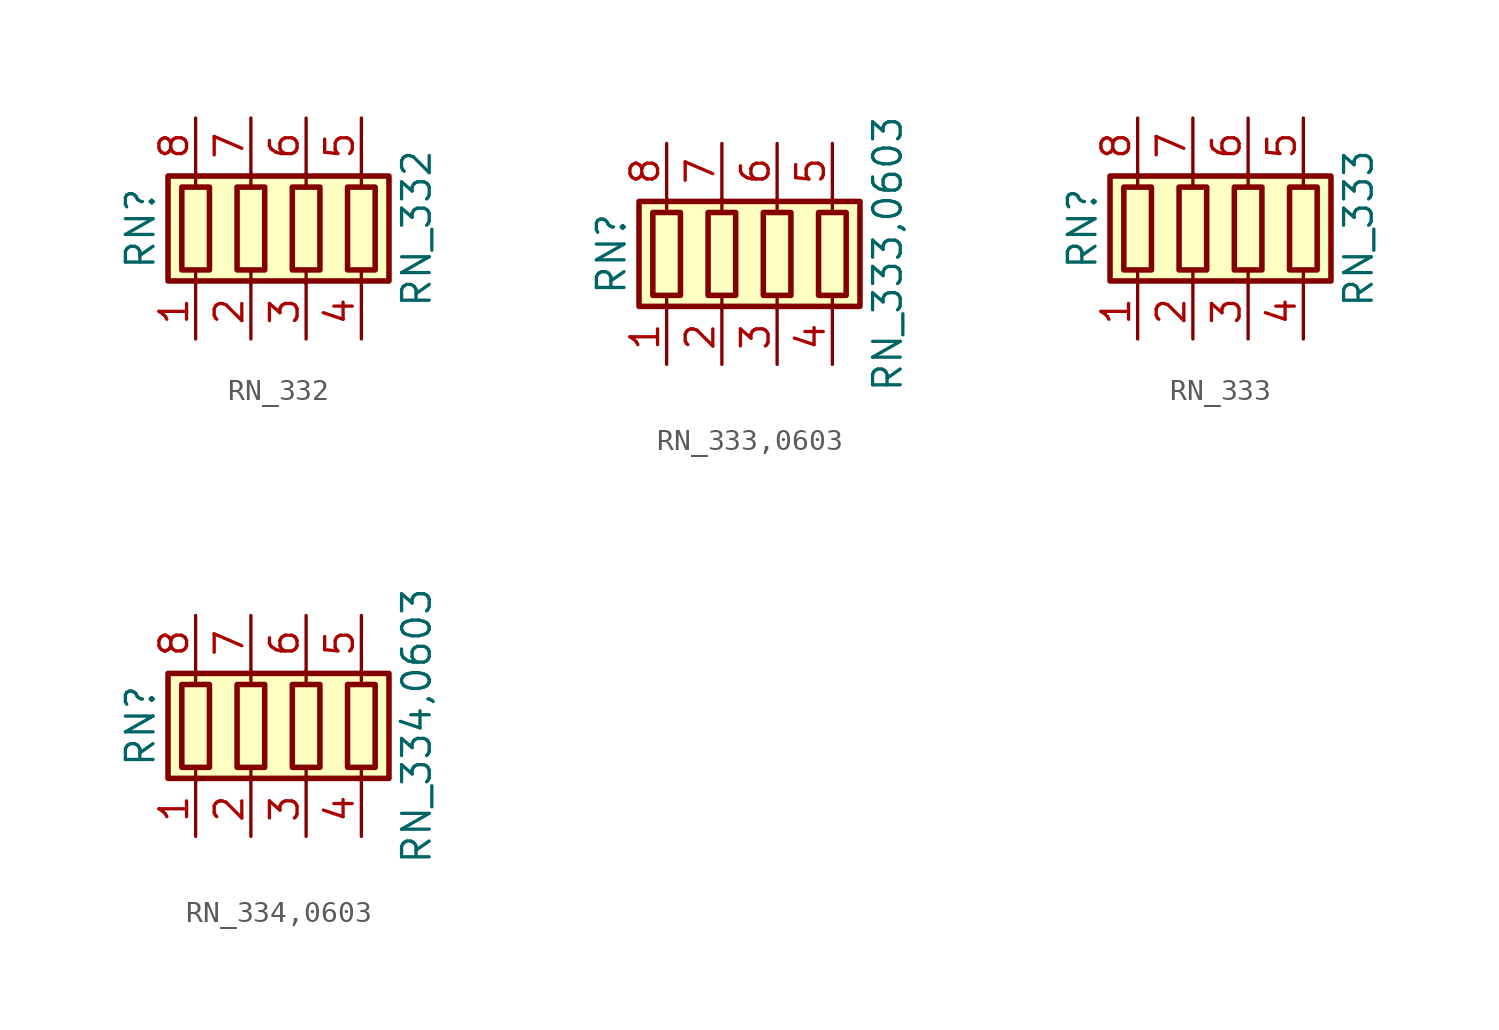
<source format=kicad_sym>
(kicad_symbol_lib
  (version 20211014)
  (generator kicad_symbol_editor)
  (symbol "RN_332"
    (pin_names
      (offset 0) hide)
    (property "Reference" "RN"
      (at -7.62 0 90)
      (effects (font (size 1.27 1.27))))
    (property "Value" "RN_332"
      (at 5.08 0 90)
      (effects (font (size 1.27 1.27))))
    (symbol "RN_332_0_1"
      (rectangle (start -6.35 -2.413) (end 3.81 2.413) (stroke (width 0.254) (type default) (color 0 0 0 0)) (fill (type background)))
      (rectangle (start -5.715 1.905) (end -4.445 -1.905) (stroke (width 0.254) (type default) (color 0 0 0 0)) (fill (type none)))
      (rectangle (start -3.175 1.905) (end -1.905 -1.905) (stroke (width 0.254) (type default) (color 0 0 0 0)) (fill (type none)))
      (rectangle (start -0.635 1.905) (end 0.635 -1.905) (stroke (width 0.254) (type default) (color 0 0 0 0)) (fill (type none)))
      (polyline (pts (xy -5.08 -2.54) (xy -5.08 -1.905)) (stroke (width 0) (type default) (color 0 0 0 0)) (fill (type none)))
      (polyline (pts (xy -5.08 1.905) (xy -5.08 2.54)) (stroke (width 0) (type default) (color 0 0 0 0)) (fill (type none)))
      (polyline (pts (xy -2.54 -2.54) (xy -2.54 -1.905)) (stroke (width 0) (type default) (color 0 0 0 0)) (fill (type none)))
      (polyline (pts (xy -2.54 1.905) (xy -2.54 2.54)) (stroke (width 0) (type default) (color 0 0 0 0)) (fill (type none)))
      (polyline (pts (xy 0 -2.54) (xy 0 -1.905)) (stroke (width 0) (type default) (color 0 0 0 0)) (fill (type none)))
      (polyline (pts (xy 0 1.905) (xy 0 2.54)) (stroke (width 0) (type default) (color 0 0 0 0)) (fill (type none)))
      (polyline (pts (xy 2.54 -2.54) (xy 2.54 -1.905)) (stroke (width 0) (type default) (color 0 0 0 0)) (fill (type none)))
      (polyline (pts (xy 2.54 1.905) (xy 2.54 2.54)) (stroke (width 0) (type default) (color 0 0 0 0)) (fill (type none)))
      (rectangle (start 1.905 1.905) (end 3.175 -1.905) (stroke (width 0.254) (type default) (color 0 0 0 0)) (fill (type none))))
    (symbol "RN_332_1_1"
      (pin passive line (at -5.08 -5.08 90) (length 2.54) (name "R1.1" (effects (font (size 1.27 1.27)))) (number "1" (effects (font (size 1.27 1.27)))))
      (pin passive line (at -2.54 -5.08 90) (length 2.54) (name "R2.1" (effects (font (size 1.27 1.27)))) (number "2" (effects (font (size 1.27 1.27)))))
      (pin passive line (at 0 -5.08 90) (length 2.54) (name "R3.1" (effects (font (size 1.27 1.27)))) (number "3" (effects (font (size 1.27 1.27)))))
      (pin passive line (at 2.54 -5.08 90) (length 2.54) (name "R4.1" (effects (font (size 1.27 1.27)))) (number "4" (effects (font (size 1.27 1.27)))))
      (pin passive line (at 2.54 5.08 270) (length 2.54) (name "R4.2" (effects (font (size 1.27 1.27)))) (number "5" (effects (font (size 1.27 1.27)))))
      (pin passive line (at 0 5.08 270) (length 2.54) (name "R3.2" (effects (font (size 1.27 1.27)))) (number "6" (effects (font (size 1.27 1.27)))))
      (pin passive line (at -2.54 5.08 270) (length 2.54) (name "R2.2" (effects (font (size 1.27 1.27)))) (number "7" (effects (font (size 1.27 1.27)))))
      (pin passive line (at -5.08 5.08 270) (length 2.54) (name "R1.2" (effects (font (size 1.27 1.27)))) (number "8" (effects (font (size 1.27 1.27)))))))
  (symbol "RN_333,0603"
    (pin_names
      (offset 0) hide)
    (property "Reference" "RN"
      (at -7.62 0 90)
      (effects (font (size 1.27 1.27))))
    (property "Value" "RN_333,0603"
      (at 5.08 0 90)
      (effects (font (size 1.27 1.27))))
    (symbol "RN_333,0603_0_1"
      (rectangle (start -6.35 -2.413) (end 3.81 2.413) (stroke (width 0.254) (type default) (color 0 0 0 0)) (fill (type background)))
      (rectangle (start -5.715 1.905) (end -4.445 -1.905) (stroke (width 0.254) (type default) (color 0 0 0 0)) (fill (type none)))
      (rectangle (start -3.175 1.905) (end -1.905 -1.905) (stroke (width 0.254) (type default) (color 0 0 0 0)) (fill (type none)))
      (rectangle (start -0.635 1.905) (end 0.635 -1.905) (stroke (width 0.254) (type default) (color 0 0 0 0)) (fill (type none)))
      (polyline (pts (xy -5.08 -2.54) (xy -5.08 -1.905)) (stroke (width 0) (type default) (color 0 0 0 0)) (fill (type none)))
      (polyline (pts (xy -5.08 1.905) (xy -5.08 2.54)) (stroke (width 0) (type default) (color 0 0 0 0)) (fill (type none)))
      (polyline (pts (xy -2.54 -2.54) (xy -2.54 -1.905)) (stroke (width 0) (type default) (color 0 0 0 0)) (fill (type none)))
      (polyline (pts (xy -2.54 1.905) (xy -2.54 2.54)) (stroke (width 0) (type default) (color 0 0 0 0)) (fill (type none)))
      (polyline (pts (xy 0 -2.54) (xy 0 -1.905)) (stroke (width 0) (type default) (color 0 0 0 0)) (fill (type none)))
      (polyline (pts (xy 0 1.905) (xy 0 2.54)) (stroke (width 0) (type default) (color 0 0 0 0)) (fill (type none)))
      (polyline (pts (xy 2.54 -2.54) (xy 2.54 -1.905)) (stroke (width 0) (type default) (color 0 0 0 0)) (fill (type none)))
      (polyline (pts (xy 2.54 1.905) (xy 2.54 2.54)) (stroke (width 0) (type default) (color 0 0 0 0)) (fill (type none)))
      (rectangle (start 1.905 1.905) (end 3.175 -1.905) (stroke (width 0.254) (type default) (color 0 0 0 0)) (fill (type none))))
    (symbol "RN_333,0603_1_1"
      (pin passive line (at -5.08 -5.08 90) (length 2.54) (name "R1.1" (effects (font (size 1.27 1.27)))) (number "1" (effects (font (size 1.27 1.27)))))
      (pin passive line (at -2.54 -5.08 90) (length 2.54) (name "R2.1" (effects (font (size 1.27 1.27)))) (number "2" (effects (font (size 1.27 1.27)))))
      (pin passive line (at 0 -5.08 90) (length 2.54) (name "R3.1" (effects (font (size 1.27 1.27)))) (number "3" (effects (font (size 1.27 1.27)))))
      (pin passive line (at 2.54 -5.08 90) (length 2.54) (name "R4.1" (effects (font (size 1.27 1.27)))) (number "4" (effects (font (size 1.27 1.27)))))
      (pin passive line (at 2.54 5.08 270) (length 2.54) (name "R4.2" (effects (font (size 1.27 1.27)))) (number "5" (effects (font (size 1.27 1.27)))))
      (pin passive line (at 0 5.08 270) (length 2.54) (name "R3.2" (effects (font (size 1.27 1.27)))) (number "6" (effects (font (size 1.27 1.27)))))
      (pin passive line (at -2.54 5.08 270) (length 2.54) (name "R2.2" (effects (font (size 1.27 1.27)))) (number "7" (effects (font (size 1.27 1.27)))))
      (pin passive line (at -5.08 5.08 270) (length 2.54) (name "R1.2" (effects (font (size 1.27 1.27)))) (number "8" (effects (font (size 1.27 1.27)))))))
  (symbol "RN_333"
    (pin_names
      (offset 0) hide)
    (property "Reference" "RN"
      (at -7.62 0 90)
      (effects (font (size 1.27 1.27))))
    (property "Value" "RN_333"
      (at 5.08 0 90)
      (effects (font (size 1.27 1.27))))
    (symbol "RN_333_0_1"
      (rectangle (start -6.35 -2.413) (end 3.81 2.413) (stroke (width 0.254) (type default) (color 0 0 0 0)) (fill (type background)))
      (rectangle (start -5.715 1.905) (end -4.445 -1.905) (stroke (width 0.254) (type default) (color 0 0 0 0)) (fill (type none)))
      (rectangle (start -3.175 1.905) (end -1.905 -1.905) (stroke (width 0.254) (type default) (color 0 0 0 0)) (fill (type none)))
      (rectangle (start -0.635 1.905) (end 0.635 -1.905) (stroke (width 0.254) (type default) (color 0 0 0 0)) (fill (type none)))
      (polyline (pts (xy -5.08 -2.54) (xy -5.08 -1.905)) (stroke (width 0) (type default) (color 0 0 0 0)) (fill (type none)))
      (polyline (pts (xy -5.08 1.905) (xy -5.08 2.54)) (stroke (width 0) (type default) (color 0 0 0 0)) (fill (type none)))
      (polyline (pts (xy -2.54 -2.54) (xy -2.54 -1.905)) (stroke (width 0) (type default) (color 0 0 0 0)) (fill (type none)))
      (polyline (pts (xy -2.54 1.905) (xy -2.54 2.54)) (stroke (width 0) (type default) (color 0 0 0 0)) (fill (type none)))
      (polyline (pts (xy 0 -2.54) (xy 0 -1.905)) (stroke (width 0) (type default) (color 0 0 0 0)) (fill (type none)))
      (polyline (pts (xy 0 1.905) (xy 0 2.54)) (stroke (width 0) (type default) (color 0 0 0 0)) (fill (type none)))
      (polyline (pts (xy 2.54 -2.54) (xy 2.54 -1.905)) (stroke (width 0) (type default) (color 0 0 0 0)) (fill (type none)))
      (polyline (pts (xy 2.54 1.905) (xy 2.54 2.54)) (stroke (width 0) (type default) (color 0 0 0 0)) (fill (type none)))
      (rectangle (start 1.905 1.905) (end 3.175 -1.905) (stroke (width 0.254) (type default) (color 0 0 0 0)) (fill (type none))))
    (symbol "RN_333_1_1"
      (pin passive line (at -5.08 -5.08 90) (length 2.54) (name "R1.1" (effects (font (size 1.27 1.27)))) (number "1" (effects (font (size 1.27 1.27)))))
      (pin passive line (at -2.54 -5.08 90) (length 2.54) (name "R2.1" (effects (font (size 1.27 1.27)))) (number "2" (effects (font (size 1.27 1.27)))))
      (pin passive line (at 0 -5.08 90) (length 2.54) (name "R3.1" (effects (font (size 1.27 1.27)))) (number "3" (effects (font (size 1.27 1.27)))))
      (pin passive line (at 2.54 -5.08 90) (length 2.54) (name "R4.1" (effects (font (size 1.27 1.27)))) (number "4" (effects (font (size 1.27 1.27)))))
      (pin passive line (at 2.54 5.08 270) (length 2.54) (name "R4.2" (effects (font (size 1.27 1.27)))) (number "5" (effects (font (size 1.27 1.27)))))
      (pin passive line (at 0 5.08 270) (length 2.54) (name "R3.2" (effects (font (size 1.27 1.27)))) (number "6" (effects (font (size 1.27 1.27)))))
      (pin passive line (at -2.54 5.08 270) (length 2.54) (name "R2.2" (effects (font (size 1.27 1.27)))) (number "7" (effects (font (size 1.27 1.27)))))
      (pin passive line (at -5.08 5.08 270) (length 2.54) (name "R1.2" (effects (font (size 1.27 1.27)))) (number "8" (effects (font (size 1.27 1.27)))))))
  (symbol "RN_334,0603"
    (pin_names
      (offset 0) hide)
    (property "Reference" "RN"
      (at -7.62 0 90)
      (effects (font (size 1.27 1.27))))
    (property "Value" "RN_334,0603"
      (at 5.08 0 90)
      (effects (font (size 1.27 1.27))))
    (symbol "RN_334,0603_0_1"
      (rectangle (start -6.35 -2.413) (end 3.81 2.413) (stroke (width 0.254) (type default) (color 0 0 0 0)) (fill (type background)))
      (rectangle (start -5.715 1.905) (end -4.445 -1.905) (stroke (width 0.254) (type default) (color 0 0 0 0)) (fill (type none)))
      (rectangle (start -3.175 1.905) (end -1.905 -1.905) (stroke (width 0.254) (type default) (color 0 0 0 0)) (fill (type none)))
      (rectangle (start -0.635 1.905) (end 0.635 -1.905) (stroke (width 0.254) (type default) (color 0 0 0 0)) (fill (type none)))
      (polyline (pts (xy -5.08 -2.54) (xy -5.08 -1.905)) (stroke (width 0) (type default) (color 0 0 0 0)) (fill (type none)))
      (polyline (pts (xy -5.08 1.905) (xy -5.08 2.54)) (stroke (width 0) (type default) (color 0 0 0 0)) (fill (type none)))
      (polyline (pts (xy -2.54 -2.54) (xy -2.54 -1.905)) (stroke (width 0) (type default) (color 0 0 0 0)) (fill (type none)))
      (polyline (pts (xy -2.54 1.905) (xy -2.54 2.54)) (stroke (width 0) (type default) (color 0 0 0 0)) (fill (type none)))
      (polyline (pts (xy 0 -2.54) (xy 0 -1.905)) (stroke (width 0) (type default) (color 0 0 0 0)) (fill (type none)))
      (polyline (pts (xy 0 1.905) (xy 0 2.54)) (stroke (width 0) (type default) (color 0 0 0 0)) (fill (type none)))
      (polyline (pts (xy 2.54 -2.54) (xy 2.54 -1.905)) (stroke (width 0) (type default) (color 0 0 0 0)) (fill (type none)))
      (polyline (pts (xy 2.54 1.905) (xy 2.54 2.54)) (stroke (width 0) (type default) (color 0 0 0 0)) (fill (type none)))
      (rectangle (start 1.905 1.905) (end 3.175 -1.905) (stroke (width 0.254) (type default) (color 0 0 0 0)) (fill (type none))))
    (symbol "RN_334,0603_1_1"
      (pin passive line (at -5.08 -5.08 90) (length 2.54) (name "R1.1" (effects (font (size 1.27 1.27)))) (number "1" (effects (font (size 1.27 1.27)))))
      (pin passive line (at -2.54 -5.08 90) (length 2.54) (name "R2.1" (effects (font (size 1.27 1.27)))) (number "2" (effects (font (size 1.27 1.27)))))
      (pin passive line (at 0 -5.08 90) (length 2.54) (name "R3.1" (effects (font (size 1.27 1.27)))) (number "3" (effects (font (size 1.27 1.27)))))
      (pin passive line (at 2.54 -5.08 90) (length 2.54) (name "R4.1" (effects (font (size 1.27 1.27)))) (number "4" (effects (font (size 1.27 1.27)))))
      (pin passive line (at 2.54 5.08 270) (length 2.54) (name "R4.2" (effects (font (size 1.27 1.27)))) (number "5" (effects (font (size 1.27 1.27)))))
      (pin passive line (at 0 5.08 270) (length 2.54) (name "R3.2" (effects (font (size 1.27 1.27)))) (number "6" (effects (font (size 1.27 1.27)))))
      (pin passive line (at -2.54 5.08 270) (length 2.54) (name "R2.2" (effects (font (size 1.27 1.27)))) (number "7" (effects (font (size 1.27 1.27)))))
      (pin passive line (at -5.08 5.08 270) (length 2.54) (name "R1.2" (effects (font (size 1.27 1.27)))) (number "8" (effects (font (size 1.27 1.27))))))))
</source>
